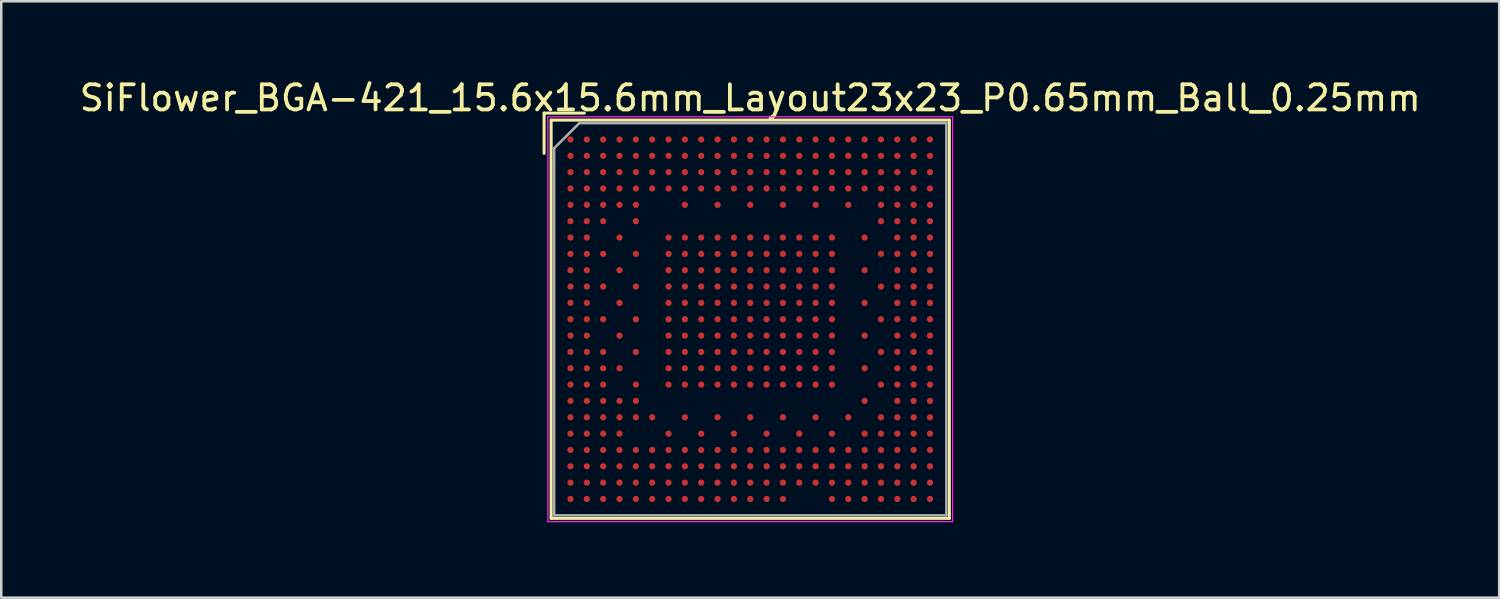
<source format=kicad_pcb>
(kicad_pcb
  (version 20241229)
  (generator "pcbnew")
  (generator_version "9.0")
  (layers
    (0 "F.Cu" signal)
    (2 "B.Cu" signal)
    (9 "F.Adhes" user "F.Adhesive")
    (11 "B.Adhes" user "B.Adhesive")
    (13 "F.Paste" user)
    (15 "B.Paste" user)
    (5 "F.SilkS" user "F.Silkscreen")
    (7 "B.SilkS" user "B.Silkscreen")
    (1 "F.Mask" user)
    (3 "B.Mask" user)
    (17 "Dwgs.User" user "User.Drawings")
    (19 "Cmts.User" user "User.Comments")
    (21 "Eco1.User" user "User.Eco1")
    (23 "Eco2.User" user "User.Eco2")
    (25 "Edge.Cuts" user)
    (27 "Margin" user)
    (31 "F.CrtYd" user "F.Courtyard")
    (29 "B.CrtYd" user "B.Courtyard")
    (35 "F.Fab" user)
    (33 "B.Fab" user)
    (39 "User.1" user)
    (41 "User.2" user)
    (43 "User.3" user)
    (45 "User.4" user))
  (footprint "SiFlower_BGA-421_15.6x15.6mm_Layout23x23_P0.65mm_Ball_0.25mm"
    (layer "F.Cu")
    (at 26.792 9.648)
    (property "Reference" "SiFlower_BGA-421_15.6x15.6mm_Layout23x23_P0.65mm_Ball_0.25mm" (at 0 -8.8 0) (layer "F.SilkS") (effects (font (size 1 1) (thickness 0.15))))
    (attr smd)
    (fp_line (start -8.2 -8.2) (end -8.2 -6.6) (stroke (width 0.12) (type solid)) (layer "F.SilkS"))
    (fp_line (start -7.92 -7.92) (end -7.92 7.92) (stroke (width 0.12) (type solid)) (layer "F.SilkS"))
    (fp_line (start -7.92 -7.92) (end 7.92 -7.92) (stroke (width 0.12) (type solid)) (layer "F.SilkS"))
    (fp_line (start -6.6 -8.2) (end -8.2 -8.2) (stroke (width 0.12) (type solid)) (layer "F.SilkS"))
    (fp_line (start 7.92 7.92) (end -7.92 7.92) (stroke (width 0.12) (type solid)) (layer "F.SilkS"))
    (fp_line (start 7.92 7.92) (end 7.92 -7.92) (stroke (width 0.12) (type solid)) (layer "F.SilkS"))
    (fp_line (start -8.05 -8.05) (end 8.05 -8.05) (stroke (width 0.05) (type solid)) (layer "F.CrtYd"))
    (fp_line (start -8.05 8.05) (end -8.05 -8.05) (stroke (width 0.05) (type solid)) (layer "F.CrtYd"))
    (fp_line (start 8.05 -8.05) (end 8.05 8.05) (stroke (width 0.05) (type solid)) (layer "F.CrtYd"))
    (fp_line (start 8.05 8.05) (end -8.05 8.05) (stroke (width 0.05) (type solid)) (layer "F.CrtYd"))
    (fp_line (start -7.8 -6.8) (end -7.8 7.8) (stroke (width 0.1) (type solid)) (layer "F.Fab"))
    (fp_line (start -7.8 7.8) (end 7.8 7.8) (stroke (width 0.1) (type solid)) (layer "F.Fab"))
    (fp_line (start -6.8 -7.8) (end -7.8 -6.8) (stroke (width 0.1) (type solid)) (layer "F.Fab"))
    (fp_line (start 7.8 -7.8) (end -6.8 -7.8) (stroke (width 0.1) (type solid)) (layer "F.Fab"))
    (fp_line (start 7.8 7.8) (end 7.8 -7.8) (stroke (width 0.1) (type solid)) (layer "F.Fab"))
    (pad "A1" smd circle (at -7.15 -7.15) (size 0.25 0.25) (layers "F.Cu" "F.Mask" "F.Paste"))
    (pad "A2" smd circle (at -6.5 -7.15) (size 0.25 0.25) (layers "F.Cu" "F.Mask" "F.Paste"))
    (pad "A3" smd circle (at -5.85 -7.15) (size 0.25 0.25) (layers "F.Cu" "F.Mask" "F.Paste"))
    (pad "A4" smd circle (at -5.2 -7.15) (size 0.25 0.25) (layers "F.Cu" "F.Mask" "F.Paste"))
    (pad "A5" smd circle (at -4.55 -7.15) (size 0.25 0.25) (layers "F.Cu" "F.Mask" "F.Paste"))
    (pad "A6" smd circle (at -3.9 -7.15) (size 0.25 0.25) (layers "F.Cu" "F.Mask" "F.Paste"))
    (pad "A7" smd circle (at -3.25 -7.15) (size 0.25 0.25) (layers "F.Cu" "F.Mask" "F.Paste"))
    (pad "A8" smd circle (at -2.6 -7.15) (size 0.25 0.25) (layers "F.Cu" "F.Mask" "F.Paste"))
    (pad "A9" smd circle (at -1.95 -7.15) (size 0.25 0.25) (layers "F.Cu" "F.Mask" "F.Paste"))
    (pad "A10" smd circle (at -1.3 -7.15) (size 0.25 0.25) (layers "F.Cu" "F.Mask" "F.Paste"))
    (pad "A11" smd circle (at -0.65 -7.15) (size 0.25 0.25) (layers "F.Cu" "F.Mask" "F.Paste"))
    (pad "A12" smd circle (at 0 -7.15) (size 0.25 0.25) (layers "F.Cu" "F.Mask" "F.Paste"))
    (pad "A13" smd circle (at 0.65 -7.15) (size 0.25 0.25) (layers "F.Cu" "F.Mask" "F.Paste"))
    (pad "A14" smd circle (at 1.3 -7.15) (size 0.25 0.25) (layers "F.Cu" "F.Mask" "F.Paste"))
    (pad "A15" smd circle (at 1.95 -7.15) (size 0.25 0.25) (layers "F.Cu" "F.Mask" "F.Paste"))
    (pad "A16" smd circle (at 2.6 -7.15) (size 0.25 0.25) (layers "F.Cu" "F.Mask" "F.Paste"))
    (pad "A17" smd circle (at 3.25 -7.15) (size 0.25 0.25) (layers "F.Cu" "F.Mask" "F.Paste"))
    (pad "A18" smd circle (at 3.9 -7.15) (size 0.25 0.25) (layers "F.Cu" "F.Mask" "F.Paste"))
    (pad "A19" smd circle (at 4.55 -7.15) (size 0.25 0.25) (layers "F.Cu" "F.Mask" "F.Paste"))
    (pad "A20" smd circle (at 5.2 -7.15) (size 0.25 0.25) (layers "F.Cu" "F.Mask" "F.Paste"))
    (pad "A21" smd circle (at 5.85 -7.15) (size 0.25 0.25) (layers "F.Cu" "F.Mask" "F.Paste"))
    (pad "A22" smd circle (at 6.5 -7.15) (size 0.25 0.25) (layers "F.Cu" "F.Mask" "F.Paste"))
    (pad "A23" smd circle (at 7.15 -7.15) (size 0.25 0.25) (layers "F.Cu" "F.Mask" "F.Paste"))
    (pad "AA1" smd circle (at -7.15 5.85) (size 0.25 0.25) (layers "F.Cu" "F.Mask" "F.Paste"))
    (pad "AA2" smd circle (at -6.5 5.85) (size 0.25 0.25) (layers "F.Cu" "F.Mask" "F.Paste"))
    (pad "AA3" smd circle (at -5.85 5.85) (size 0.25 0.25) (layers "F.Cu" "F.Mask" "F.Paste"))
    (pad "AA4" smd circle (at -5.2 5.85) (size 0.25 0.25) (layers "F.Cu" "F.Mask" "F.Paste"))
    (pad "AA5" smd circle (at -4.55 5.85) (size 0.25 0.25) (layers "F.Cu" "F.Mask" "F.Paste"))
    (pad "AA6" smd circle (at -3.9 5.85) (size 0.25 0.25) (layers "F.Cu" "F.Mask" "F.Paste"))
    (pad "AA7" smd circle (at -3.25 5.85) (size 0.25 0.25) (layers "F.Cu" "F.Mask" "F.Paste"))
    (pad "AA8" smd circle (at -2.6 5.85) (size 0.25 0.25) (layers "F.Cu" "F.Mask" "F.Paste"))
    (pad "AA9" smd circle (at -1.95 5.85) (size 0.25 0.25) (layers "F.Cu" "F.Mask" "F.Paste"))
    (pad "AA10" smd circle (at -1.3 5.85) (size 0.25 0.25) (layers "F.Cu" "F.Mask" "F.Paste"))
    (pad "AA11" smd circle (at -0.65 5.85) (size 0.25 0.25) (layers "F.Cu" "F.Mask" "F.Paste"))
    (pad "AA12" smd circle (at 0 5.85) (size 0.25 0.25) (layers "F.Cu" "F.Mask" "F.Paste"))
    (pad "AA13" smd circle (at 0.65 5.85) (size 0.25 0.25) (layers "F.Cu" "F.Mask" "F.Paste"))
    (pad "AA14" smd circle (at 1.3 5.85) (size 0.25 0.25) (layers "F.Cu" "F.Mask" "F.Paste"))
    (pad "AA15" smd circle (at 1.95 5.85) (size 0.25 0.25) (layers "F.Cu" "F.Mask" "F.Paste"))
    (pad "AA16" smd circle (at 2.6 5.85) (size 0.25 0.25) (layers "F.Cu" "F.Mask" "F.Paste"))
    (pad "AA17" smd circle (at 3.25 5.85) (size 0.25 0.25) (layers "F.Cu" "F.Mask" "F.Paste"))
    (pad "AA18" smd circle (at 3.9 5.85) (size 0.25 0.25) (layers "F.Cu" "F.Mask" "F.Paste"))
    (pad "AA19" smd circle (at 4.55 5.85) (size 0.25 0.25) (layers "F.Cu" "F.Mask" "F.Paste"))
    (pad "AA20" smd circle (at 5.2 5.85) (size 0.25 0.25) (layers "F.Cu" "F.Mask" "F.Paste"))
    (pad "AA21" smd circle (at 5.85 5.85) (size 0.25 0.25) (layers "F.Cu" "F.Mask" "F.Paste"))
    (pad "AA22" smd circle (at 6.5 5.85) (size 0.25 0.25) (layers "F.Cu" "F.Mask" "F.Paste"))
    (pad "AA23" smd circle (at 7.15 5.85) (size 0.25 0.25) (layers "F.Cu" "F.Mask" "F.Paste"))
    (pad "AB1" smd circle (at -7.15 6.5) (size 0.25 0.25) (layers "F.Cu" "F.Mask" "F.Paste"))
    (pad "AB2" smd circle (at -6.5 6.5) (size 0.25 0.25) (layers "F.Cu" "F.Mask" "F.Paste"))
    (pad "AB3" smd circle (at -5.85 6.5) (size 0.25 0.25) (layers "F.Cu" "F.Mask" "F.Paste"))
    (pad "AB4" smd circle (at -5.2 6.5) (size 0.25 0.25) (layers "F.Cu" "F.Mask" "F.Paste"))
    (pad "AB5" smd circle (at -4.55 6.5) (size 0.25 0.25) (layers "F.Cu" "F.Mask" "F.Paste"))
    (pad "AB6" smd circle (at -3.9 6.5) (size 0.25 0.25) (layers "F.Cu" "F.Mask" "F.Paste"))
    (pad "AB7" smd circle (at -3.25 6.5) (size 0.25 0.25) (layers "F.Cu" "F.Mask" "F.Paste"))
    (pad "AB8" smd circle (at -2.6 6.5) (size 0.25 0.25) (layers "F.Cu" "F.Mask" "F.Paste"))
    (pad "AB9" smd circle (at -1.95 6.5) (size 0.25 0.25) (layers "F.Cu" "F.Mask" "F.Paste"))
    (pad "AB10" smd circle (at -1.3 6.5) (size 0.25 0.25) (layers "F.Cu" "F.Mask" "F.Paste"))
    (pad "AB11" smd circle (at -0.65 6.5) (size 0.25 0.25) (layers "F.Cu" "F.Mask" "F.Paste"))
    (pad "AB12" smd circle (at 0 6.5) (size 0.25 0.25) (layers "F.Cu" "F.Mask" "F.Paste"))
    (pad "AB13" smd circle (at 0.65 6.5) (size 0.25 0.25) (layers "F.Cu" "F.Mask" "F.Paste"))
    (pad "AB14" smd circle (at 1.3 6.5) (size 0.25 0.25) (layers "F.Cu" "F.Mask" "F.Paste"))
    (pad "AB15" smd circle (at 1.95 6.5) (size 0.25 0.25) (layers "F.Cu" "F.Mask" "F.Paste"))
    (pad "AB16" smd circle (at 2.6 6.5) (size 0.25 0.25) (layers "F.Cu" "F.Mask" "F.Paste"))
    (pad "AB17" smd circle (at 3.25 6.5) (size 0.25 0.25) (layers "F.Cu" "F.Mask" "F.Paste"))
    (pad "AB18" smd circle (at 3.9 6.5) (size 0.25 0.25) (layers "F.Cu" "F.Mask" "F.Paste"))
    (pad "AB19" smd circle (at 4.55 6.5) (size 0.25 0.25) (layers "F.Cu" "F.Mask" "F.Paste"))
    (pad "AB20" smd circle (at 5.2 6.5) (size 0.25 0.25) (layers "F.Cu" "F.Mask" "F.Paste"))
    (pad "AB21" smd circle (at 5.85 6.5) (size 0.25 0.25) (layers "F.Cu" "F.Mask" "F.Paste"))
    (pad "AB22" smd circle (at 6.5 6.5) (size 0.25 0.25) (layers "F.Cu" "F.Mask" "F.Paste"))
    (pad "AB23" smd circle (at 7.15 6.5) (size 0.25 0.25) (layers "F.Cu" "F.Mask" "F.Paste"))
    (pad "AC1" smd circle (at -7.15 7.15) (size 0.25 0.25) (layers "F.Cu" "F.Mask" "F.Paste"))
    (pad "AC2" smd circle (at -6.5 7.15) (size 0.25 0.25) (layers "F.Cu" "F.Mask" "F.Paste"))
    (pad "AC3" smd circle (at -5.85 7.15) (size 0.25 0.25) (layers "F.Cu" "F.Mask" "F.Paste"))
    (pad "AC4" smd circle (at -5.2 7.15) (size 0.25 0.25) (layers "F.Cu" "F.Mask" "F.Paste"))
    (pad "AC5" smd circle (at -4.55 7.15) (size 0.25 0.25) (layers "F.Cu" "F.Mask" "F.Paste"))
    (pad "AC6" smd circle (at -3.9 7.15) (size 0.25 0.25) (layers "F.Cu" "F.Mask" "F.Paste"))
    (pad "AC7" smd circle (at -3.25 7.15) (size 0.25 0.25) (layers "F.Cu" "F.Mask" "F.Paste"))
    (pad "AC8" smd circle (at -2.6 7.15) (size 0.25 0.25) (layers "F.Cu" "F.Mask" "F.Paste"))
    (pad "AC9" smd circle (at -1.95 7.15) (size 0.25 0.25) (layers "F.Cu" "F.Mask" "F.Paste"))
    (pad "AC10" smd circle (at -1.3 7.15) (size 0.25 0.25) (layers "F.Cu" "F.Mask" "F.Paste"))
    (pad "AC11" smd circle (at -0.65 7.15) (size 0.25 0.25) (layers "F.Cu" "F.Mask" "F.Paste"))
    (pad "AC12" smd circle (at 0 7.15) (size 0.25 0.25) (layers "F.Cu" "F.Mask" "F.Paste"))
    (pad "AC13" smd circle (at 0.65 7.15) (size 0.25 0.25) (layers "F.Cu" "F.Mask" "F.Paste"))
    (pad "AC14" smd circle (at 1.3 7.15) (size 0.25 0.25) (layers "F.Cu" "F.Mask" "F.Paste"))
    (pad "AC17" smd circle (at 3.25 7.15) (size 0.25 0.25) (layers "F.Cu" "F.Mask" "F.Paste"))
    (pad "AC18" smd circle (at 3.9 7.15) (size 0.25 0.25) (layers "F.Cu" "F.Mask" "F.Paste"))
    (pad "AC19" smd circle (at 4.55 7.15) (size 0.25 0.25) (layers "F.Cu" "F.Mask" "F.Paste"))
    (pad "AC20" smd circle (at 5.2 7.15) (size 0.25 0.25) (layers "F.Cu" "F.Mask" "F.Paste"))
    (pad "AC21" smd circle (at 5.85 7.15) (size 0.25 0.25) (layers "F.Cu" "F.Mask" "F.Paste"))
    (pad "AC22" smd circle (at 6.5 7.15) (size 0.25 0.25) (layers "F.Cu" "F.Mask" "F.Paste"))
    (pad "AC23" smd circle (at 7.15 7.15) (size 0.25 0.25) (layers "F.Cu" "F.Mask" "F.Paste"))
    (pad "B1" smd circle (at -7.15 -6.5) (size 0.25 0.25) (layers "F.Cu" "F.Mask" "F.Paste"))
    (pad "B2" smd circle (at -6.5 -6.5) (size 0.25 0.25) (layers "F.Cu" "F.Mask" "F.Paste"))
    (pad "B3" smd circle (at -5.85 -6.5) (size 0.25 0.25) (layers "F.Cu" "F.Mask" "F.Paste"))
    (pad "B4" smd circle (at -5.2 -6.5) (size 0.25 0.25) (layers "F.Cu" "F.Mask" "F.Paste"))
    (pad "B5" smd circle (at -4.55 -6.5) (size 0.25 0.25) (layers "F.Cu" "F.Mask" "F.Paste"))
    (pad "B6" smd circle (at -3.9 -6.5) (size 0.25 0.25) (layers "F.Cu" "F.Mask" "F.Paste"))
    (pad "B7" smd circle (at -3.25 -6.5) (size 0.25 0.25) (layers "F.Cu" "F.Mask" "F.Paste"))
    (pad "B8" smd circle (at -2.6 -6.5) (size 0.25 0.25) (layers "F.Cu" "F.Mask" "F.Paste"))
    (pad "B9" smd circle (at -1.95 -6.5) (size 0.25 0.25) (layers "F.Cu" "F.Mask" "F.Paste"))
    (pad "B10" smd circle (at -1.3 -6.5) (size 0.25 0.25) (layers "F.Cu" "F.Mask" "F.Paste"))
    (pad "B11" smd circle (at -0.65 -6.5) (size 0.25 0.25) (layers "F.Cu" "F.Mask" "F.Paste"))
    (pad "B12" smd circle (at 0 -6.5) (size 0.25 0.25) (layers "F.Cu" "F.Mask" "F.Paste"))
    (pad "B13" smd circle (at 0.65 -6.5) (size 0.25 0.25) (layers "F.Cu" "F.Mask" "F.Paste"))
    (pad "B14" smd circle (at 1.3 -6.5) (size 0.25 0.25) (layers "F.Cu" "F.Mask" "F.Paste"))
    (pad "B15" smd circle (at 1.95 -6.5) (size 0.25 0.25) (layers "F.Cu" "F.Mask" "F.Paste"))
    (pad "B16" smd circle (at 2.6 -6.5) (size 0.25 0.25) (layers "F.Cu" "F.Mask" "F.Paste"))
    (pad "B17" smd circle (at 3.25 -6.5) (size 0.25 0.25) (layers "F.Cu" "F.Mask" "F.Paste"))
    (pad "B18" smd circle (at 3.9 -6.5) (size 0.25 0.25) (layers "F.Cu" "F.Mask" "F.Paste"))
    (pad "B19" smd circle (at 4.55 -6.5) (size 0.25 0.25) (layers "F.Cu" "F.Mask" "F.Paste"))
    (pad "B20" smd circle (at 5.2 -6.5) (size 0.25 0.25) (layers "F.Cu" "F.Mask" "F.Paste"))
    (pad "B21" smd circle (at 5.85 -6.5) (size 0.25 0.25) (layers "F.Cu" "F.Mask" "F.Paste"))
    (pad "B22" smd circle (at 6.5 -6.5) (size 0.25 0.25) (layers "F.Cu" "F.Mask" "F.Paste"))
    (pad "B23" smd circle (at 7.15 -6.5) (size 0.25 0.25) (layers "F.Cu" "F.Mask" "F.Paste"))
    (pad "C1" smd circle (at -7.15 -5.85) (size 0.25 0.25) (layers "F.Cu" "F.Mask" "F.Paste"))
    (pad "C2" smd circle (at -6.5 -5.85) (size 0.25 0.25) (layers "F.Cu" "F.Mask" "F.Paste"))
    (pad "C3" smd circle (at -5.85 -5.85) (size 0.25 0.25) (layers "F.Cu" "F.Mask" "F.Paste"))
    (pad "C4" smd circle (at -5.2 -5.85) (size 0.25 0.25) (layers "F.Cu" "F.Mask" "F.Paste"))
    (pad "C5" smd circle (at -4.55 -5.85) (size 0.25 0.25) (layers "F.Cu" "F.Mask" "F.Paste"))
    (pad "C6" smd circle (at -3.9 -5.85) (size 0.25 0.25) (layers "F.Cu" "F.Mask" "F.Paste"))
    (pad "C7" smd circle (at -3.25 -5.85) (size 0.25 0.25) (layers "F.Cu" "F.Mask" "F.Paste"))
    (pad "C8" smd circle (at -2.6 -5.85) (size 0.25 0.25) (layers "F.Cu" "F.Mask" "F.Paste"))
    (pad "C9" smd circle (at -1.95 -5.85) (size 0.25 0.25) (layers "F.Cu" "F.Mask" "F.Paste"))
    (pad "C10" smd circle (at -1.3 -5.85) (size 0.25 0.25) (layers "F.Cu" "F.Mask" "F.Paste"))
    (pad "C11" smd circle (at -0.65 -5.85) (size 0.25 0.25) (layers "F.Cu" "F.Mask" "F.Paste"))
    (pad "C12" smd circle (at 0 -5.85) (size 0.25 0.25) (layers "F.Cu" "F.Mask" "F.Paste"))
    (pad "C13" smd circle (at 0.65 -5.85) (size 0.25 0.25) (layers "F.Cu" "F.Mask" "F.Paste"))
    (pad "C14" smd circle (at 1.3 -5.85) (size 0.25 0.25) (layers "F.Cu" "F.Mask" "F.Paste"))
    (pad "C15" smd circle (at 1.95 -5.85) (size 0.25 0.25) (layers "F.Cu" "F.Mask" "F.Paste"))
    (pad "C16" smd circle (at 2.6 -5.85) (size 0.25 0.25) (layers "F.Cu" "F.Mask" "F.Paste"))
    (pad "C17" smd circle (at 3.25 -5.85) (size 0.25 0.25) (layers "F.Cu" "F.Mask" "F.Paste"))
    (pad "C18" smd circle (at 3.9 -5.85) (size 0.25 0.25) (layers "F.Cu" "F.Mask" "F.Paste"))
    (pad "C19" smd circle (at 4.55 -5.85) (size 0.25 0.25) (layers "F.Cu" "F.Mask" "F.Paste"))
    (pad "C20" smd circle (at 5.2 -5.85) (size 0.25 0.25) (layers "F.Cu" "F.Mask" "F.Paste"))
    (pad "C21" smd circle (at 5.85 -5.85) (size 0.25 0.25) (layers "F.Cu" "F.Mask" "F.Paste"))
    (pad "C22" smd circle (at 6.5 -5.85) (size 0.25 0.25) (layers "F.Cu" "F.Mask" "F.Paste"))
    (pad "C23" smd circle (at 7.15 -5.85) (size 0.25 0.25) (layers "F.Cu" "F.Mask" "F.Paste"))
    (pad "D1" smd circle (at -7.15 -5.2) (size 0.25 0.25) (layers "F.Cu" "F.Mask" "F.Paste"))
    (pad "D2" smd circle (at -6.5 -5.2) (size 0.25 0.25) (layers "F.Cu" "F.Mask" "F.Paste"))
    (pad "D3" smd circle (at -5.85 -5.2) (size 0.25 0.25) (layers "F.Cu" "F.Mask" "F.Paste"))
    (pad "D4" smd circle (at -5.2 -5.2) (size 0.25 0.25) (layers "F.Cu" "F.Mask" "F.Paste"))
    (pad "D5" smd circle (at -4.55 -5.2) (size 0.25 0.25) (layers "F.Cu" "F.Mask" "F.Paste"))
    (pad "D6" smd circle (at -3.9 -5.2) (size 0.25 0.25) (layers "F.Cu" "F.Mask" "F.Paste"))
    (pad "D7" smd circle (at -3.25 -5.2) (size 0.25 0.25) (layers "F.Cu" "F.Mask" "F.Paste"))
    (pad "D8" smd circle (at -2.6 -5.2) (size 0.25 0.25) (layers "F.Cu" "F.Mask" "F.Paste"))
    (pad "D9" smd circle (at -1.95 -5.2) (size 0.25 0.25) (layers "F.Cu" "F.Mask" "F.Paste"))
    (pad "D10" smd circle (at -1.3 -5.2) (size 0.25 0.25) (layers "F.Cu" "F.Mask" "F.Paste"))
    (pad "D11" smd circle (at -0.65 -5.2) (size 0.25 0.25) (layers "F.Cu" "F.Mask" "F.Paste"))
    (pad "D12" smd circle (at 0 -5.2) (size 0.25 0.25) (layers "F.Cu" "F.Mask" "F.Paste"))
    (pad "D13" smd circle (at 0.65 -5.2) (size 0.25 0.25) (layers "F.Cu" "F.Mask" "F.Paste"))
    (pad "D14" smd circle (at 1.3 -5.2) (size 0.25 0.25) (layers "F.Cu" "F.Mask" "F.Paste"))
    (pad "D15" smd circle (at 1.95 -5.2) (size 0.25 0.25) (layers "F.Cu" "F.Mask" "F.Paste"))
    (pad "D16" smd circle (at 2.6 -5.2) (size 0.25 0.25) (layers "F.Cu" "F.Mask" "F.Paste"))
    (pad "D17" smd circle (at 3.25 -5.2) (size 0.25 0.25) (layers "F.Cu" "F.Mask" "F.Paste"))
    (pad "D18" smd circle (at 3.9 -5.2) (size 0.25 0.25) (layers "F.Cu" "F.Mask" "F.Paste"))
    (pad "D19" smd circle (at 4.55 -5.2) (size 0.25 0.25) (layers "F.Cu" "F.Mask" "F.Paste"))
    (pad "D20" smd circle (at 5.2 -5.2) (size 0.25 0.25) (layers "F.Cu" "F.Mask" "F.Paste"))
    (pad "D21" smd circle (at 5.85 -5.2) (size 0.25 0.25) (layers "F.Cu" "F.Mask" "F.Paste"))
    (pad "D22" smd circle (at 6.5 -5.2) (size 0.25 0.25) (layers "F.Cu" "F.Mask" "F.Paste"))
    (pad "D23" smd circle (at 7.15 -5.2) (size 0.25 0.25) (layers "F.Cu" "F.Mask" "F.Paste"))
    (pad "E1" smd circle (at -7.15 -4.55) (size 0.25 0.25) (layers "F.Cu" "F.Mask" "F.Paste"))
    (pad "E2" smd circle (at -6.5 -4.55) (size 0.25 0.25) (layers "F.Cu" "F.Mask" "F.Paste"))
    (pad "E3" smd circle (at -5.85 -4.55) (size 0.25 0.25) (layers "F.Cu" "F.Mask" "F.Paste"))
    (pad "E4" smd circle (at -5.2 -4.55) (size 0.25 0.25) (layers "F.Cu" "F.Mask" "F.Paste"))
    (pad "E5" smd circle (at -4.55 -4.55) (size 0.25 0.25) (layers "F.Cu" "F.Mask" "F.Paste"))
    (pad "E8" smd circle (at -2.6 -4.55) (size 0.25 0.25) (layers "F.Cu" "F.Mask" "F.Paste"))
    (pad "E10" smd circle (at -1.3 -4.55) (size 0.25 0.25) (layers "F.Cu" "F.Mask" "F.Paste"))
    (pad "E12" smd circle (at 0 -4.55) (size 0.25 0.25) (layers "F.Cu" "F.Mask" "F.Paste"))
    (pad "E14" smd circle (at 1.3 -4.55) (size 0.25 0.25) (layers "F.Cu" "F.Mask" "F.Paste"))
    (pad "E16" smd circle (at 2.6 -4.55) (size 0.25 0.25) (layers "F.Cu" "F.Mask" "F.Paste"))
    (pad "E18" smd circle (at 3.9 -4.55) (size 0.25 0.25) (layers "F.Cu" "F.Mask" "F.Paste"))
    (pad "E20" smd circle (at 5.2 -4.55) (size 0.25 0.25) (layers "F.Cu" "F.Mask" "F.Paste"))
    (pad "E21" smd circle (at 5.85 -4.55) (size 0.25 0.25) (layers "F.Cu" "F.Mask" "F.Paste"))
    (pad "E22" smd circle (at 6.5 -4.55) (size 0.25 0.25) (layers "F.Cu" "F.Mask" "F.Paste"))
    (pad "E23" smd circle (at 7.15 -4.55) (size 0.25 0.25) (layers "F.Cu" "F.Mask" "F.Paste"))
    (pad "F1" smd circle (at -7.15 -3.9) (size 0.25 0.25) (layers "F.Cu" "F.Mask" "F.Paste"))
    (pad "F2" smd circle (at -6.5 -3.9) (size 0.25 0.25) (layers "F.Cu" "F.Mask" "F.Paste"))
    (pad "F3" smd circle (at -5.85 -3.9) (size 0.25 0.25) (layers "F.Cu" "F.Mask" "F.Paste"))
    (pad "F5" smd circle (at -4.55 -3.9) (size 0.25 0.25) (layers "F.Cu" "F.Mask" "F.Paste"))
    (pad "F20" smd circle (at 5.2 -3.9) (size 0.25 0.25) (layers "F.Cu" "F.Mask" "F.Paste"))
    (pad "F21" smd circle (at 5.85 -3.9) (size 0.25 0.25) (layers "F.Cu" "F.Mask" "F.Paste"))
    (pad "F22" smd circle (at 6.5 -3.9) (size 0.25 0.25) (layers "F.Cu" "F.Mask" "F.Paste"))
    (pad "F23" smd circle (at 7.15 -3.9) (size 0.25 0.25) (layers "F.Cu" "F.Mask" "F.Paste"))
    (pad "G1" smd circle (at -7.15 -3.25) (size 0.25 0.25) (layers "F.Cu" "F.Mask" "F.Paste"))
    (pad "G2" smd circle (at -6.5 -3.25) (size 0.25 0.25) (layers "F.Cu" "F.Mask" "F.Paste"))
    (pad "G4" smd circle (at -5.2 -3.25) (size 0.25 0.25) (layers "F.Cu" "F.Mask" "F.Paste"))
    (pad "G7" smd circle (at -3.25 -3.25) (size 0.25 0.25) (layers "F.Cu" "F.Mask" "F.Paste"))
    (pad "G8" smd circle (at -2.6 -3.25) (size 0.25 0.25) (layers "F.Cu" "F.Mask" "F.Paste"))
    (pad "G9" smd circle (at -1.95 -3.25) (size 0.25 0.25) (layers "F.Cu" "F.Mask" "F.Paste"))
    (pad "G10" smd circle (at -1.3 -3.25) (size 0.25 0.25) (layers "F.Cu" "F.Mask" "F.Paste"))
    (pad "G11" smd circle (at -0.65 -3.25) (size 0.25 0.25) (layers "F.Cu" "F.Mask" "F.Paste"))
    (pad "G12" smd circle (at 0 -3.25) (size 0.25 0.25) (layers "F.Cu" "F.Mask" "F.Paste"))
    (pad "G13" smd circle (at 0.65 -3.25) (size 0.25 0.25) (layers "F.Cu" "F.Mask" "F.Paste"))
    (pad "G14" smd circle (at 1.3 -3.25) (size 0.25 0.25) (layers "F.Cu" "F.Mask" "F.Paste"))
    (pad "G15" smd circle (at 1.95 -3.25) (size 0.25 0.25) (layers "F.Cu" "F.Mask" "F.Paste"))
    (pad "G16" smd circle (at 2.6 -3.25) (size 0.25 0.25) (layers "F.Cu" "F.Mask" "F.Paste"))
    (pad "G17" smd circle (at 3.25 -3.25) (size 0.25 0.25) (layers "F.Cu" "F.Mask" "F.Paste"))
    (pad "G19" smd circle (at 4.55 -3.25) (size 0.25 0.25) (layers "F.Cu" "F.Mask" "F.Paste"))
    (pad "G21" smd circle (at 5.85 -3.25) (size 0.25 0.25) (layers "F.Cu" "F.Mask" "F.Paste"))
    (pad "G22" smd circle (at 6.5 -3.25) (size 0.25 0.25) (layers "F.Cu" "F.Mask" "F.Paste"))
    (pad "G23" smd circle (at 7.15 -3.25) (size 0.25 0.25) (layers "F.Cu" "F.Mask" "F.Paste"))
    (pad "H1" smd circle (at -7.15 -2.6) (size 0.25 0.25) (layers "F.Cu" "F.Mask" "F.Paste"))
    (pad "H2" smd circle (at -6.5 -2.6) (size 0.25 0.25) (layers "F.Cu" "F.Mask" "F.Paste"))
    (pad "H3" smd circle (at -5.85 -2.6) (size 0.25 0.25) (layers "F.Cu" "F.Mask" "F.Paste"))
    (pad "H5" smd circle (at -4.55 -2.6) (size 0.25 0.25) (layers "F.Cu" "F.Mask" "F.Paste"))
    (pad "H7" smd circle (at -3.25 -2.6) (size 0.25 0.25) (layers "F.Cu" "F.Mask" "F.Paste"))
    (pad "H8" smd circle (at -2.6 -2.6) (size 0.25 0.25) (layers "F.Cu" "F.Mask" "F.Paste"))
    (pad "H9" smd circle (at -1.95 -2.6) (size 0.25 0.25) (layers "F.Cu" "F.Mask" "F.Paste"))
    (pad "H10" smd circle (at -1.3 -2.6) (size 0.25 0.25) (layers "F.Cu" "F.Mask" "F.Paste"))
    (pad "H11" smd circle (at -0.65 -2.6) (size 0.25 0.25) (layers "F.Cu" "F.Mask" "F.Paste"))
    (pad "H12" smd circle (at 0 -2.6) (size 0.25 0.25) (layers "F.Cu" "F.Mask" "F.Paste"))
    (pad "H13" smd circle (at 0.65 -2.6) (size 0.25 0.25) (layers "F.Cu" "F.Mask" "F.Paste"))
    (pad "H14" smd circle (at 1.3 -2.6) (size 0.25 0.25) (layers "F.Cu" "F.Mask" "F.Paste"))
    (pad "H15" smd circle (at 1.95 -2.6) (size 0.25 0.25) (layers "F.Cu" "F.Mask" "F.Paste"))
    (pad "H16" smd circle (at 2.6 -2.6) (size 0.25 0.25) (layers "F.Cu" "F.Mask" "F.Paste"))
    (pad "H17" smd circle (at 3.25 -2.6) (size 0.25 0.25) (layers "F.Cu" "F.Mask" "F.Paste"))
    (pad "H20" smd circle (at 5.2 -2.6) (size 0.25 0.25) (layers "F.Cu" "F.Mask" "F.Paste"))
    (pad "H21" smd circle (at 5.85 -2.6) (size 0.25 0.25) (layers "F.Cu" "F.Mask" "F.Paste"))
    (pad "H22" smd circle (at 6.5 -2.6) (size 0.25 0.25) (layers "F.Cu" "F.Mask" "F.Paste"))
    (pad "H23" smd circle (at 7.15 -2.6) (size 0.25 0.25) (layers "F.Cu" "F.Mask" "F.Paste"))
    (pad "J1" smd circle (at -7.15 -1.95) (size 0.25 0.25) (layers "F.Cu" "F.Mask" "F.Paste"))
    (pad "J2" smd circle (at -6.5 -1.95) (size 0.25 0.25) (layers "F.Cu" "F.Mask" "F.Paste"))
    (pad "J4" smd circle (at -5.2 -1.95) (size 0.25 0.25) (layers "F.Cu" "F.Mask" "F.Paste"))
    (pad "J7" smd circle (at -3.25 -1.95) (size 0.25 0.25) (layers "F.Cu" "F.Mask" "F.Paste"))
    (pad "J8" smd circle (at -2.6 -1.95) (size 0.25 0.25) (layers "F.Cu" "F.Mask" "F.Paste"))
    (pad "J9" smd circle (at -1.95 -1.95) (size 0.25 0.25) (layers "F.Cu" "F.Mask" "F.Paste"))
    (pad "J10" smd circle (at -1.3 -1.95) (size 0.25 0.25) (layers "F.Cu" "F.Mask" "F.Paste"))
    (pad "J11" smd circle (at -0.65 -1.95) (size 0.25 0.25) (layers "F.Cu" "F.Mask" "F.Paste"))
    (pad "J12" smd circle (at 0 -1.95) (size 0.25 0.25) (layers "F.Cu" "F.Mask" "F.Paste"))
    (pad "J13" smd circle (at 0.65 -1.95) (size 0.25 0.25) (layers "F.Cu" "F.Mask" "F.Paste"))
    (pad "J14" smd circle (at 1.3 -1.95) (size 0.25 0.25) (layers "F.Cu" "F.Mask" "F.Paste"))
    (pad "J15" smd circle (at 1.95 -1.95) (size 0.25 0.25) (layers "F.Cu" "F.Mask" "F.Paste"))
    (pad "J16" smd circle (at 2.6 -1.95) (size 0.25 0.25) (layers "F.Cu" "F.Mask" "F.Paste"))
    (pad "J17" smd circle (at 3.25 -1.95) (size 0.25 0.25) (layers "F.Cu" "F.Mask" "F.Paste"))
    (pad "J19" smd circle (at 4.55 -1.95) (size 0.25 0.25) (layers "F.Cu" "F.Mask" "F.Paste"))
    (pad "J21" smd circle (at 5.85 -1.95) (size 0.25 0.25) (layers "F.Cu" "F.Mask" "F.Paste"))
    (pad "J22" smd circle (at 6.5 -1.95) (size 0.25 0.25) (layers "F.Cu" "F.Mask" "F.Paste"))
    (pad "J23" smd circle (at 7.15 -1.95) (size 0.25 0.25) (layers "F.Cu" "F.Mask" "F.Paste"))
    (pad "K1" smd circle (at -7.15 -1.3) (size 0.25 0.25) (layers "F.Cu" "F.Mask" "F.Paste"))
    (pad "K2" smd circle (at -6.5 -1.3) (size 0.25 0.25) (layers "F.Cu" "F.Mask" "F.Paste"))
    (pad "K3" smd circle (at -5.85 -1.3) (size 0.25 0.25) (layers "F.Cu" "F.Mask" "F.Paste"))
    (pad "K5" smd circle (at -4.55 -1.3) (size 0.25 0.25) (layers "F.Cu" "F.Mask" "F.Paste"))
    (pad "K7" smd circle (at -3.25 -1.3) (size 0.25 0.25) (layers "F.Cu" "F.Mask" "F.Paste"))
    (pad "K8" smd circle (at -2.6 -1.3) (size 0.25 0.25) (layers "F.Cu" "F.Mask" "F.Paste"))
    (pad "K9" smd circle (at -1.95 -1.3) (size 0.25 0.25) (layers "F.Cu" "F.Mask" "F.Paste"))
    (pad "K10" smd circle (at -1.3 -1.3) (size 0.25 0.25) (layers "F.Cu" "F.Mask" "F.Paste"))
    (pad "K11" smd circle (at -0.65 -1.3) (size 0.25 0.25) (layers "F.Cu" "F.Mask" "F.Paste"))
    (pad "K12" smd circle (at 0 -1.3) (size 0.25 0.25) (layers "F.Cu" "F.Mask" "F.Paste"))
    (pad "K13" smd circle (at 0.65 -1.3) (size 0.25 0.25) (layers "F.Cu" "F.Mask" "F.Paste"))
    (pad "K14" smd circle (at 1.3 -1.3) (size 0.25 0.25) (layers "F.Cu" "F.Mask" "F.Paste"))
    (pad "K15" smd circle (at 1.95 -1.3) (size 0.25 0.25) (layers "F.Cu" "F.Mask" "F.Paste"))
    (pad "K16" smd circle (at 2.6 -1.3) (size 0.25 0.25) (layers "F.Cu" "F.Mask" "F.Paste"))
    (pad "K17" smd circle (at 3.25 -1.3) (size 0.25 0.25) (layers "F.Cu" "F.Mask" "F.Paste"))
    (pad "K20" smd circle (at 5.2 -1.3) (size 0.25 0.25) (layers "F.Cu" "F.Mask" "F.Paste"))
    (pad "K21" smd circle (at 5.85 -1.3) (size 0.25 0.25) (layers "F.Cu" "F.Mask" "F.Paste"))
    (pad "K22" smd circle (at 6.5 -1.3) (size 0.25 0.25) (layers "F.Cu" "F.Mask" "F.Paste"))
    (pad "K23" smd circle (at 7.15 -1.3) (size 0.25 0.25) (layers "F.Cu" "F.Mask" "F.Paste"))
    (pad "L1" smd circle (at -7.15 -0.65) (size 0.25 0.25) (layers "F.Cu" "F.Mask" "F.Paste"))
    (pad "L2" smd circle (at -6.5 -0.65) (size 0.25 0.25) (layers "F.Cu" "F.Mask" "F.Paste"))
    (pad "L4" smd circle (at -5.2 -0.65) (size 0.25 0.25) (layers "F.Cu" "F.Mask" "F.Paste"))
    (pad "L7" smd circle (at -3.25 -0.65) (size 0.25 0.25) (layers "F.Cu" "F.Mask" "F.Paste"))
    (pad "L8" smd circle (at -2.6 -0.65) (size 0.25 0.25) (layers "F.Cu" "F.Mask" "F.Paste"))
    (pad "L9" smd circle (at -1.95 -0.65) (size 0.25 0.25) (layers "F.Cu" "F.Mask" "F.Paste"))
    (pad "L10" smd circle (at -1.3 -0.65) (size 0.25 0.25) (layers "F.Cu" "F.Mask" "F.Paste"))
    (pad "L11" smd circle (at -0.65 -0.65) (size 0.25 0.25) (layers "F.Cu" "F.Mask" "F.Paste"))
    (pad "L12" smd circle (at 0 -0.65) (size 0.25 0.25) (layers "F.Cu" "F.Mask" "F.Paste"))
    (pad "L13" smd circle (at 0.65 -0.65) (size 0.25 0.25) (layers "F.Cu" "F.Mask" "F.Paste"))
    (pad "L14" smd circle (at 1.3 -0.65) (size 0.25 0.25) (layers "F.Cu" "F.Mask" "F.Paste"))
    (pad "L15" smd circle (at 1.95 -0.65) (size 0.25 0.25) (layers "F.Cu" "F.Mask" "F.Paste"))
    (pad "L16" smd circle (at 2.6 -0.65) (size 0.25 0.25) (layers "F.Cu" "F.Mask" "F.Paste"))
    (pad "L17" smd circle (at 3.25 -0.65) (size 0.25 0.25) (layers "F.Cu" "F.Mask" "F.Paste"))
    (pad "L19" smd circle (at 4.55 -0.65) (size 0.25 0.25) (layers "F.Cu" "F.Mask" "F.Paste"))
    (pad "L21" smd circle (at 5.85 -0.65) (size 0.25 0.25) (layers "F.Cu" "F.Mask" "F.Paste"))
    (pad "L22" smd circle (at 6.5 -0.65) (size 0.25 0.25) (layers "F.Cu" "F.Mask" "F.Paste"))
    (pad "L23" smd circle (at 7.15 -0.65) (size 0.25 0.25) (layers "F.Cu" "F.Mask" "F.Paste"))
    (pad "M1" smd circle (at -7.15 0) (size 0.25 0.25) (layers "F.Cu" "F.Mask" "F.Paste"))
    (pad "M2" smd circle (at -6.5 0) (size 0.25 0.25) (layers "F.Cu" "F.Mask" "F.Paste"))
    (pad "M3" smd circle (at -5.85 0) (size 0.25 0.25) (layers "F.Cu" "F.Mask" "F.Paste"))
    (pad "M5" smd circle (at -4.55 0) (size 0.25 0.25) (layers "F.Cu" "F.Mask" "F.Paste"))
    (pad "M7" smd circle (at -3.25 0) (size 0.25 0.25) (layers "F.Cu" "F.Mask" "F.Paste"))
    (pad "M8" smd circle (at -2.6 0) (size 0.25 0.25) (layers "F.Cu" "F.Mask" "F.Paste"))
    (pad "M9" smd circle (at -1.95 0) (size 0.25 0.25) (layers "F.Cu" "F.Mask" "F.Paste"))
    (pad "M10" smd circle (at -1.3 0) (size 0.25 0.25) (layers "F.Cu" "F.Mask" "F.Paste"))
    (pad "M11" smd circle (at -0.65 0) (size 0.25 0.25) (layers "F.Cu" "F.Mask" "F.Paste"))
    (pad "M12" smd circle (at 0 0) (size 0.25 0.25) (layers "F.Cu" "F.Mask" "F.Paste"))
    (pad "M13" smd circle (at 0.65 0) (size 0.25 0.25) (layers "F.Cu" "F.Mask" "F.Paste"))
    (pad "M14" smd circle (at 1.3 0) (size 0.25 0.25) (layers "F.Cu" "F.Mask" "F.Paste"))
    (pad "M15" smd circle (at 1.95 0) (size 0.25 0.25) (layers "F.Cu" "F.Mask" "F.Paste"))
    (pad "M16" smd circle (at 2.6 0) (size 0.25 0.25) (layers "F.Cu" "F.Mask" "F.Paste"))
    (pad "M17" smd circle (at 3.25 0) (size 0.25 0.25) (layers "F.Cu" "F.Mask" "F.Paste"))
    (pad "M20" smd circle (at 5.2 0) (size 0.25 0.25) (layers "F.Cu" "F.Mask" "F.Paste"))
    (pad "M21" smd circle (at 5.85 0) (size 0.25 0.25) (layers "F.Cu" "F.Mask" "F.Paste"))
    (pad "M22" smd circle (at 6.5 0) (size 0.25 0.25) (layers "F.Cu" "F.Mask" "F.Paste"))
    (pad "M23" smd circle (at 7.15 0) (size 0.25 0.25) (layers "F.Cu" "F.Mask" "F.Paste"))
    (pad "N1" smd circle (at -7.15 0.65) (size 0.25 0.25) (layers "F.Cu" "F.Mask" "F.Paste"))
    (pad "N2" smd circle (at -6.5 0.65) (size 0.25 0.25) (layers "F.Cu" "F.Mask" "F.Paste"))
    (pad "N4" smd circle (at -5.2 0.65) (size 0.25 0.25) (layers "F.Cu" "F.Mask" "F.Paste"))
    (pad "N7" smd circle (at -3.25 0.65) (size 0.25 0.25) (layers "F.Cu" "F.Mask" "F.Paste"))
    (pad "N8" smd circle (at -2.6 0.65) (size 0.25 0.25) (layers "F.Cu" "F.Mask" "F.Paste"))
    (pad "N9" smd circle (at -1.95 0.65) (size 0.25 0.25) (layers "F.Cu" "F.Mask" "F.Paste"))
    (pad "N10" smd circle (at -1.3 0.65) (size 0.25 0.25) (layers "F.Cu" "F.Mask" "F.Paste"))
    (pad "N11" smd circle (at -0.65 0.65) (size 0.25 0.25) (layers "F.Cu" "F.Mask" "F.Paste"))
    (pad "N12" smd circle (at 0 0.65) (size 0.25 0.25) (layers "F.Cu" "F.Mask" "F.Paste"))
    (pad "N13" smd circle (at 0.65 0.65) (size 0.25 0.25) (layers "F.Cu" "F.Mask" "F.Paste"))
    (pad "N14" smd circle (at 1.3 0.65) (size 0.25 0.25) (layers "F.Cu" "F.Mask" "F.Paste"))
    (pad "N15" smd circle (at 1.95 0.65) (size 0.25 0.25) (layers "F.Cu" "F.Mask" "F.Paste"))
    (pad "N16" smd circle (at 2.6 0.65) (size 0.25 0.25) (layers "F.Cu" "F.Mask" "F.Paste"))
    (pad "N17" smd circle (at 3.25 0.65) (size 0.25 0.25) (layers "F.Cu" "F.Mask" "F.Paste"))
    (pad "N19" smd circle (at 4.55 0.65) (size 0.25 0.25) (layers "F.Cu" "F.Mask" "F.Paste"))
    (pad "N21" smd circle (at 5.85 0.65) (size 0.25 0.25) (layers "F.Cu" "F.Mask" "F.Paste"))
    (pad "N22" smd circle (at 6.5 0.65) (size 0.25 0.25) (layers "F.Cu" "F.Mask" "F.Paste"))
    (pad "N23" smd circle (at 7.15 0.65) (size 0.25 0.25) (layers "F.Cu" "F.Mask" "F.Paste"))
    (pad "P1" smd circle (at -7.15 1.3) (size 0.25 0.25) (layers "F.Cu" "F.Mask" "F.Paste"))
    (pad "P2" smd circle (at -6.5 1.3) (size 0.25 0.25) (layers "F.Cu" "F.Mask" "F.Paste"))
    (pad "P3" smd circle (at -5.85 1.3) (size 0.25 0.25) (layers "F.Cu" "F.Mask" "F.Paste"))
    (pad "P5" smd circle (at -4.55 1.3) (size 0.25 0.25) (layers "F.Cu" "F.Mask" "F.Paste"))
    (pad "P7" smd circle (at -3.25 1.3) (size 0.25 0.25) (layers "F.Cu" "F.Mask" "F.Paste"))
    (pad "P8" smd circle (at -2.6 1.3) (size 0.25 0.25) (layers "F.Cu" "F.Mask" "F.Paste"))
    (pad "P9" smd circle (at -1.95 1.3) (size 0.25 0.25) (layers "F.Cu" "F.Mask" "F.Paste"))
    (pad "P10" smd circle (at -1.3 1.3) (size 0.25 0.25) (layers "F.Cu" "F.Mask" "F.Paste"))
    (pad "P11" smd circle (at -0.65 1.3) (size 0.25 0.25) (layers "F.Cu" "F.Mask" "F.Paste"))
    (pad "P12" smd circle (at 0 1.3) (size 0.25 0.25) (layers "F.Cu" "F.Mask" "F.Paste"))
    (pad "P13" smd circle (at 0.65 1.3) (size 0.25 0.25) (layers "F.Cu" "F.Mask" "F.Paste"))
    (pad "P14" smd circle (at 1.3 1.3) (size 0.25 0.25) (layers "F.Cu" "F.Mask" "F.Paste"))
    (pad "P15" smd circle (at 1.95 1.3) (size 0.25 0.25) (layers "F.Cu" "F.Mask" "F.Paste"))
    (pad "P16" smd circle (at 2.6 1.3) (size 0.25 0.25) (layers "F.Cu" "F.Mask" "F.Paste"))
    (pad "P17" smd circle (at 3.25 1.3) (size 0.25 0.25) (layers "F.Cu" "F.Mask" "F.Paste"))
    (pad "P20" smd circle (at 5.2 1.3) (size 0.25 0.25) (layers "F.Cu" "F.Mask" "F.Paste"))
    (pad "P21" smd circle (at 5.85 1.3) (size 0.25 0.25) (layers "F.Cu" "F.Mask" "F.Paste"))
    (pad "P22" smd circle (at 6.5 1.3) (size 0.25 0.25) (layers "F.Cu" "F.Mask" "F.Paste"))
    (pad "P23" smd circle (at 7.15 1.3) (size 0.25 0.25) (layers "F.Cu" "F.Mask" "F.Paste"))
    (pad "R1" smd circle (at -7.15 1.95) (size 0.25 0.25) (layers "F.Cu" "F.Mask" "F.Paste"))
    (pad "R2" smd circle (at -6.5 1.95) (size 0.25 0.25) (layers "F.Cu" "F.Mask" "F.Paste"))
    (pad "R3" smd circle (at -5.85 1.95) (size 0.25 0.25) (layers "F.Cu" "F.Mask" "F.Paste"))
    (pad "R4" smd circle (at -5.2 1.95) (size 0.25 0.25) (layers "F.Cu" "F.Mask" "F.Paste"))
    (pad "R7" smd circle (at -3.25 1.95) (size 0.25 0.25) (layers "F.Cu" "F.Mask" "F.Paste"))
    (pad "R8" smd circle (at -2.6 1.95) (size 0.25 0.25) (layers "F.Cu" "F.Mask" "F.Paste"))
    (pad "R9" smd circle (at -1.95 1.95) (size 0.25 0.25) (layers "F.Cu" "F.Mask" "F.Paste"))
    (pad "R10" smd circle (at -1.3 1.95) (size 0.25 0.25) (layers "F.Cu" "F.Mask" "F.Paste"))
    (pad "R11" smd circle (at -0.65 1.95) (size 0.25 0.25) (layers "F.Cu" "F.Mask" "F.Paste"))
    (pad "R12" smd circle (at 0 1.95) (size 0.25 0.25) (layers "F.Cu" "F.Mask" "F.Paste"))
    (pad "R13" smd circle (at 0.65 1.95) (size 0.25 0.25) (layers "F.Cu" "F.Mask" "F.Paste"))
    (pad "R14" smd circle (at 1.3 1.95) (size 0.25 0.25) (layers "F.Cu" "F.Mask" "F.Paste"))
    (pad "R15" smd circle (at 1.95 1.95) (size 0.25 0.25) (layers "F.Cu" "F.Mask" "F.Paste"))
    (pad "R16" smd circle (at 2.6 1.95) (size 0.25 0.25) (layers "F.Cu" "F.Mask" "F.Paste"))
    (pad "R17" smd circle (at 3.25 1.95) (size 0.25 0.25) (layers "F.Cu" "F.Mask" "F.Paste"))
    (pad "R19" smd circle (at 4.55 1.95) (size 0.25 0.25) (layers "F.Cu" "F.Mask" "F.Paste"))
    (pad "R21" smd circle (at 5.85 1.95) (size 0.25 0.25) (layers "F.Cu" "F.Mask" "F.Paste"))
    (pad "R22" smd circle (at 6.5 1.95) (size 0.25 0.25) (layers "F.Cu" "F.Mask" "F.Paste"))
    (pad "R23" smd circle (at 7.15 1.95) (size 0.25 0.25) (layers "F.Cu" "F.Mask" "F.Paste"))
    (pad "T1" smd circle (at -7.15 2.6) (size 0.25 0.25) (layers "F.Cu" "F.Mask" "F.Paste"))
    (pad "T2" smd circle (at -6.5 2.6) (size 0.25 0.25) (layers "F.Cu" "F.Mask" "F.Paste"))
    (pad "T3" smd circle (at -5.85 2.6) (size 0.25 0.25) (layers "F.Cu" "F.Mask" "F.Paste"))
    (pad "T5" smd circle (at -4.55 2.6) (size 0.25 0.25) (layers "F.Cu" "F.Mask" "F.Paste"))
    (pad "T7" smd circle (at -3.25 2.6 90) (size 0.25 0.25) (layers "F.Cu" "F.Mask" "F.Paste"))
    (pad "T8" smd circle (at -2.6 2.6) (size 0.25 0.25) (layers "F.Cu" "F.Mask" "F.Paste"))
    (pad "T9" smd circle (at -1.95 2.6) (size 0.25 0.25) (layers "F.Cu" "F.Mask" "F.Paste"))
    (pad "T10" smd circle (at -1.3 2.6) (size 0.25 0.25) (layers "F.Cu" "F.Mask" "F.Paste"))
    (pad "T11" smd circle (at -0.65 2.6) (size 0.25 0.25) (layers "F.Cu" "F.Mask" "F.Paste"))
    (pad "T12" smd circle (at 0 2.6) (size 0.25 0.25) (layers "F.Cu" "F.Mask" "F.Paste"))
    (pad "T13" smd circle (at 0.65 2.6) (size 0.25 0.25) (layers "F.Cu" "F.Mask" "F.Paste"))
    (pad "T14" smd circle (at 1.3 2.6) (size 0.25 0.25) (layers "F.Cu" "F.Mask" "F.Paste"))
    (pad "T15" smd circle (at 1.95 2.6) (size 0.25 0.25) (layers "F.Cu" "F.Mask" "F.Paste"))
    (pad "T16" smd circle (at 2.6 2.6) (size 0.25 0.25) (layers "F.Cu" "F.Mask" "F.Paste"))
    (pad "T17" smd circle (at 3.25 2.6) (size 0.25 0.25) (layers "F.Cu" "F.Mask" "F.Paste"))
    (pad "T20" smd circle (at 5.2 2.6) (size 0.25 0.25) (layers "F.Cu" "F.Mask" "F.Paste"))
    (pad "T21" smd circle (at 5.85 2.6) (size 0.25 0.25) (layers "F.Cu" "F.Mask" "F.Paste"))
    (pad "T22" smd circle (at 6.5 2.6) (size 0.25 0.25) (layers "F.Cu" "F.Mask" "F.Paste"))
    (pad "T23" smd circle (at 7.15 2.6) (size 0.25 0.25) (layers "F.Cu" "F.Mask" "F.Paste"))
    (pad "U1" smd circle (at -7.15 3.25) (size 0.25 0.25) (layers "F.Cu" "F.Mask" "F.Paste"))
    (pad "U2" smd circle (at -6.5 3.25) (size 0.25 0.25) (layers "F.Cu" "F.Mask" "F.Paste"))
    (pad "U3" smd circle (at -5.85 3.25) (size 0.25 0.25) (layers "F.Cu" "F.Mask" "F.Paste"))
    (pad "U4" smd circle (at -5.2 3.25) (size 0.25 0.25) (layers "F.Cu" "F.Mask" "F.Paste"))
    (pad "U5" smd circle (at -4.55 3.25) (size 0.25 0.25) (layers "F.Cu" "F.Mask" "F.Paste"))
    (pad "U19" smd circle (at 4.55 3.25) (size 0.25 0.25) (layers "F.Cu" "F.Mask" "F.Paste"))
    (pad "U21" smd circle (at 5.85 3.25) (size 0.25 0.25) (layers "F.Cu" "F.Mask" "F.Paste"))
    (pad "U22" smd circle (at 6.5 3.25) (size 0.25 0.25) (layers "F.Cu" "F.Mask" "F.Paste"))
    (pad "U23" smd circle (at 7.15 3.25) (size 0.25 0.25) (layers "F.Cu" "F.Mask" "F.Paste"))
    (pad "V1" smd circle (at -7.15 3.9) (size 0.25 0.25) (layers "F.Cu" "F.Mask" "F.Paste"))
    (pad "V2" smd circle (at -6.5 3.9) (size 0.25 0.25) (layers "F.Cu" "F.Mask" "F.Paste"))
    (pad "V3" smd circle (at -5.85 3.9) (size 0.25 0.25) (layers "F.Cu" "F.Mask" "F.Paste"))
    (pad "V4" smd circle (at -5.2 3.9) (size 0.25 0.25) (layers "F.Cu" "F.Mask" "F.Paste"))
    (pad "V5" smd circle (at -4.55 3.9) (size 0.25 0.25) (layers "F.Cu" "F.Mask" "F.Paste"))
    (pad "V6" smd circle (at -3.9 3.9) (size 0.25 0.25) (layers "F.Cu" "F.Mask" "F.Paste"))
    (pad "V8" smd circle (at -2.6 3.9) (size 0.25 0.25) (layers "F.Cu" "F.Mask" "F.Paste"))
    (pad "V10" smd circle (at -1.3 3.9) (size 0.25 0.25) (layers "F.Cu" "F.Mask" "F.Paste"))
    (pad "V12" smd circle (at 0 3.9) (size 0.25 0.25) (layers "F.Cu" "F.Mask" "F.Paste"))
    (pad "V14" smd circle (at 1.3 3.9) (size 0.25 0.25) (layers "F.Cu" "F.Mask" "F.Paste"))
    (pad "V16" smd circle (at 2.6 3.9) (size 0.25 0.25) (layers "F.Cu" "F.Mask" "F.Paste"))
    (pad "V18" smd circle (at 3.9 3.9) (size 0.25 0.25) (layers "F.Cu" "F.Mask" "F.Paste"))
    (pad "V20" smd circle (at 5.2 3.9) (size 0.25 0.25) (layers "F.Cu" "F.Mask" "F.Paste"))
    (pad "V21" smd circle (at 5.85 3.9) (size 0.25 0.25) (layers "F.Cu" "F.Mask" "F.Paste"))
    (pad "V22" smd circle (at 6.5 3.9) (size 0.25 0.25) (layers "F.Cu" "F.Mask" "F.Paste"))
    (pad "V23" smd circle (at 7.15 3.9) (size 0.25 0.25) (layers "F.Cu" "F.Mask" "F.Paste"))
    (pad "W1" smd circle (at -7.15 4.55) (size 0.25 0.25) (layers "F.Cu" "F.Mask" "F.Paste"))
    (pad "W2" smd circle (at -6.5 4.55) (size 0.25 0.25) (layers "F.Cu" "F.Mask" "F.Paste"))
    (pad "W3" smd circle (at -5.85 4.55) (size 0.25 0.25) (layers "F.Cu" "F.Mask" "F.Paste"))
    (pad "W4" smd circle (at -5.2 4.55) (size 0.25 0.25) (layers "F.Cu" "F.Mask" "F.Paste"))
    (pad "W7" smd circle (at -3.25 4.55) (size 0.25 0.25) (layers "F.Cu" "F.Mask" "F.Paste"))
    (pad "W9" smd circle (at -1.95 4.55) (size 0.25 0.25) (layers "F.Cu" "F.Mask" "F.Paste"))
    (pad "W11" smd circle (at -0.65 4.55) (size 0.25 0.25) (layers "F.Cu" "F.Mask" "F.Paste"))
    (pad "W13" smd circle (at 0.65 4.55) (size 0.25 0.25) (layers "F.Cu" "F.Mask" "F.Paste"))
    (pad "W15" smd circle (at 1.95 4.55) (size 0.25 0.25) (layers "F.Cu" "F.Mask" "F.Paste"))
    (pad "W17" smd circle (at 3.25 4.55) (size 0.25 0.25) (layers "F.Cu" "F.Mask" "F.Paste"))
    (pad "W19" smd circle (at 4.55 4.55) (size 0.25 0.25) (layers "F.Cu" "F.Mask" "F.Paste"))
    (pad "W20" smd circle (at 5.2 4.55) (size 0.25 0.25) (layers "F.Cu" "F.Mask" "F.Paste"))
    (pad "W21" smd circle (at 5.85 4.55) (size 0.25 0.25) (layers "F.Cu" "F.Mask" "F.Paste"))
    (pad "W22" smd circle (at 6.5 4.55) (size 0.25 0.25) (layers "F.Cu" "F.Mask" "F.Paste"))
    (pad "W23" smd circle (at 7.15 4.55) (size 0.25 0.25) (layers "F.Cu" "F.Mask" "F.Paste"))
    (pad "Y1" smd circle (at -7.15 5.2) (size 0.25 0.25) (layers "F.Cu" "F.Mask" "F.Paste"))
    (pad "Y2" smd circle (at -6.5 5.2) (size 0.25 0.25) (layers "F.Cu" "F.Mask" "F.Paste"))
    (pad "Y3" smd circle (at -5.85 5.2) (size 0.25 0.25) (layers "F.Cu" "F.Mask" "F.Paste"))
    (pad "Y4" smd circle (at -5.2 5.2) (size 0.25 0.25) (layers "F.Cu" "F.Mask" "F.Paste"))
    (pad "Y5" smd circle (at -4.55 5.2) (size 0.25 0.25) (layers "F.Cu" "F.Mask" "F.Paste"))
    (pad "Y6" smd circle (at -3.9 5.2) (size 0.25 0.25) (layers "F.Cu" "F.Mask" "F.Paste"))
    (pad "Y7" smd circle (at -3.25 5.2) (size 0.25 0.25) (layers "F.Cu" "F.Mask" "F.Paste"))
    (pad "Y8" smd circle (at -2.6 5.2) (size 0.25 0.25) (layers "F.Cu" "F.Mask" "F.Paste"))
    (pad "Y9" smd circle (at -1.95 5.2) (size 0.25 0.25) (layers "F.Cu" "F.Mask" "F.Paste"))
    (pad "Y10" smd circle (at -1.3 5.2) (size 0.25 0.25) (layers "F.Cu" "F.Mask" "F.Paste"))
    (pad "Y11" smd circle (at -0.65 5.2) (size 0.25 0.25) (layers "F.Cu" "F.Mask" "F.Paste"))
    (pad "Y12" smd circle (at 0 5.2) (size 0.25 0.25) (layers "F.Cu" "F.Mask" "F.Paste"))
    (pad "Y13" smd circle (at 0.65 5.2) (size 0.25 0.25) (layers "F.Cu" "F.Mask" "F.Paste"))
    (pad "Y14" smd circle (at 1.3 5.2) (size 0.25 0.25) (layers "F.Cu" "F.Mask" "F.Paste"))
    (pad "Y15" smd circle (at 1.95 5.2) (size 0.25 0.25) (layers "F.Cu" "F.Mask" "F.Paste"))
    (pad "Y16" smd circle (at 2.6 5.2) (size 0.25 0.25) (layers "F.Cu" "F.Mask" "F.Paste"))
    (pad "Y17" smd circle (at 3.25 5.2) (size 0.25 0.25) (layers "F.Cu" "F.Mask" "F.Paste"))
    (pad "Y18" smd circle (at 3.9 5.2) (size 0.25 0.25) (layers "F.Cu" "F.Mask" "F.Paste"))
    (pad "Y19" smd circle (at 4.55 5.2) (size 0.25 0.25) (layers "F.Cu" "F.Mask" "F.Paste"))
    (pad "Y20" smd circle (at 5.2 5.2) (size 0.25 0.25) (layers "F.Cu" "F.Mask" "F.Paste"))
    (pad "Y21" smd circle (at 5.85 5.2) (size 0.25 0.25) (layers "F.Cu" "F.Mask" "F.Paste"))
    (pad "Y22" smd circle (at 6.5 5.2) (size 0.25 0.25) (layers "F.Cu" "F.Mask" "F.Paste"))
    (pad "Y23" smd circle (at 7.15 5.2) (size 0.25 0.25) (layers "F.Cu" "F.Mask" "F.Paste")))
  (gr_rect
    (start -3 -3)
    (end 56.583 20.723)
    (stroke (width 0.1) (type default))
    (fill no)
    (layer "Edge.Cuts")))
</source>
